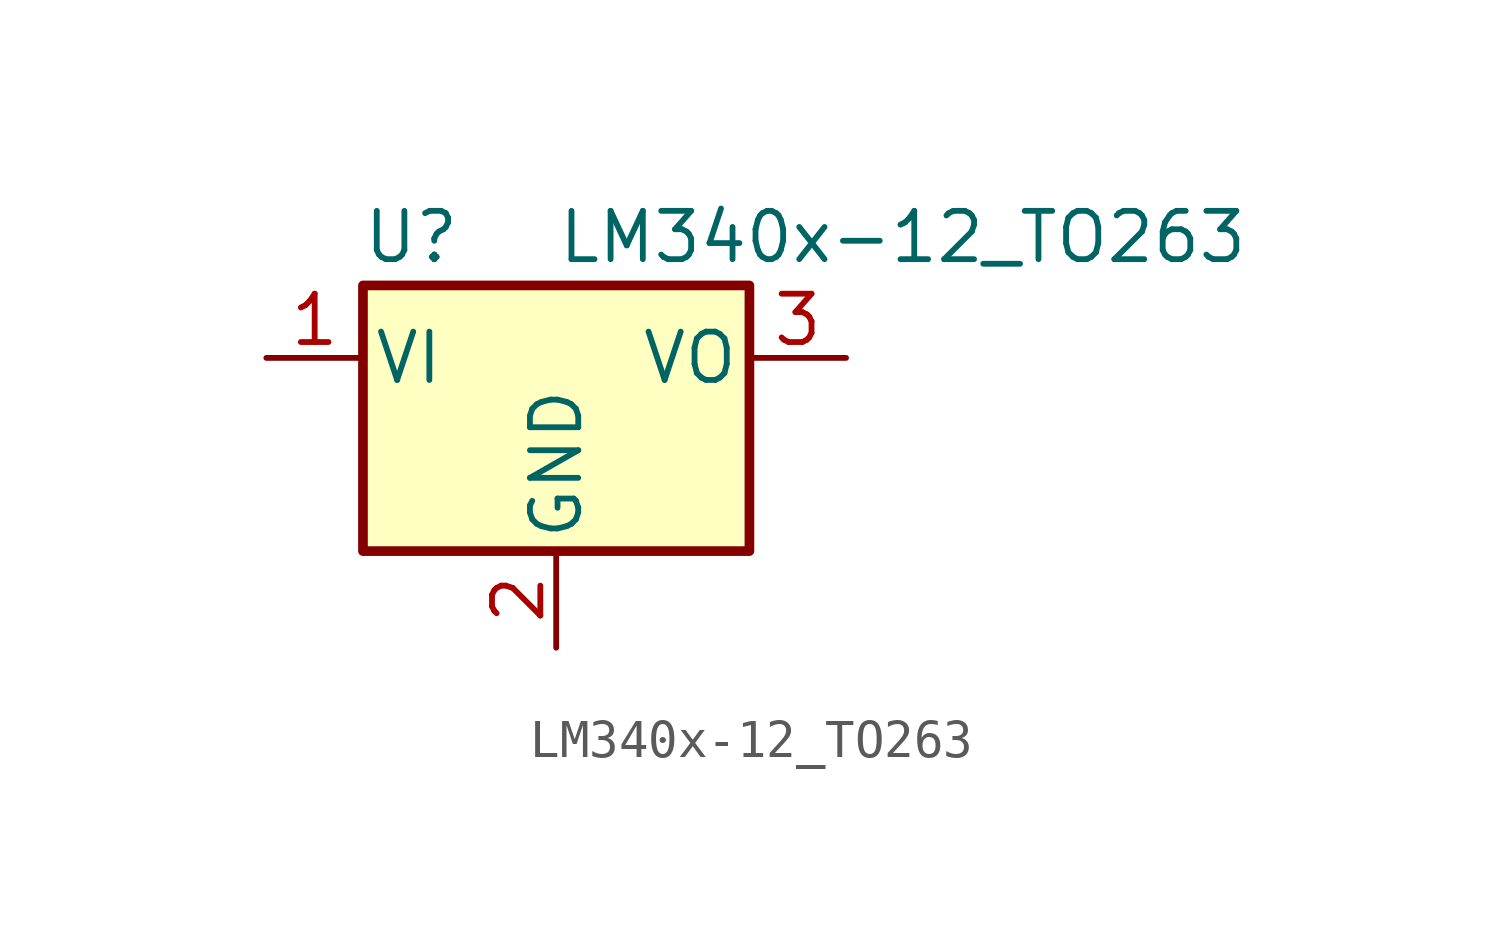
<source format=kicad_sym>
(kicad_symbol_lib
  (version 20231120)
  (generator "kicad_symbol_editor")
  (generator_version "8.0")
  (symbol "LM340x-12_TO263"
    (pin_names
      (offset 0.254))
    (property "Reference" "U"
      (at -3.81 3.175 0)
      (effects (font (size 1.27 1.27))))
    (property "Value" "LM340x-12_TO263"
      (at 0 3.175 0)
      (effects (font (size 1.27 1.27)) (justify left)))
    (symbol "LM340x-12_TO263_0_1"
      (rectangle (start -5.08 1.905) (end 5.08 -5.08) (stroke (width 0.254) (type default)) (fill (type background))))
    (symbol "LM340x-12_TO263_1_1"
      (pin power_in line (at -7.62 0 0) (length 2.54) (name "VI" (effects (font (size 1.27 1.27)))) (number "1" (effects (font (size 1.27 1.27)))))
      (pin power_in line (at 0 -7.62 90) (length 2.54) (name "GND" (effects (font (size 1.27 1.27)))) (number "2" (effects (font (size 1.27 1.27)))))
      (pin power_out line (at 7.62 0 180) (length 2.54) (name "VO" (effects (font (size 1.27 1.27)))) (number "3" (effects (font (size 1.27 1.27))))))))
</source>
